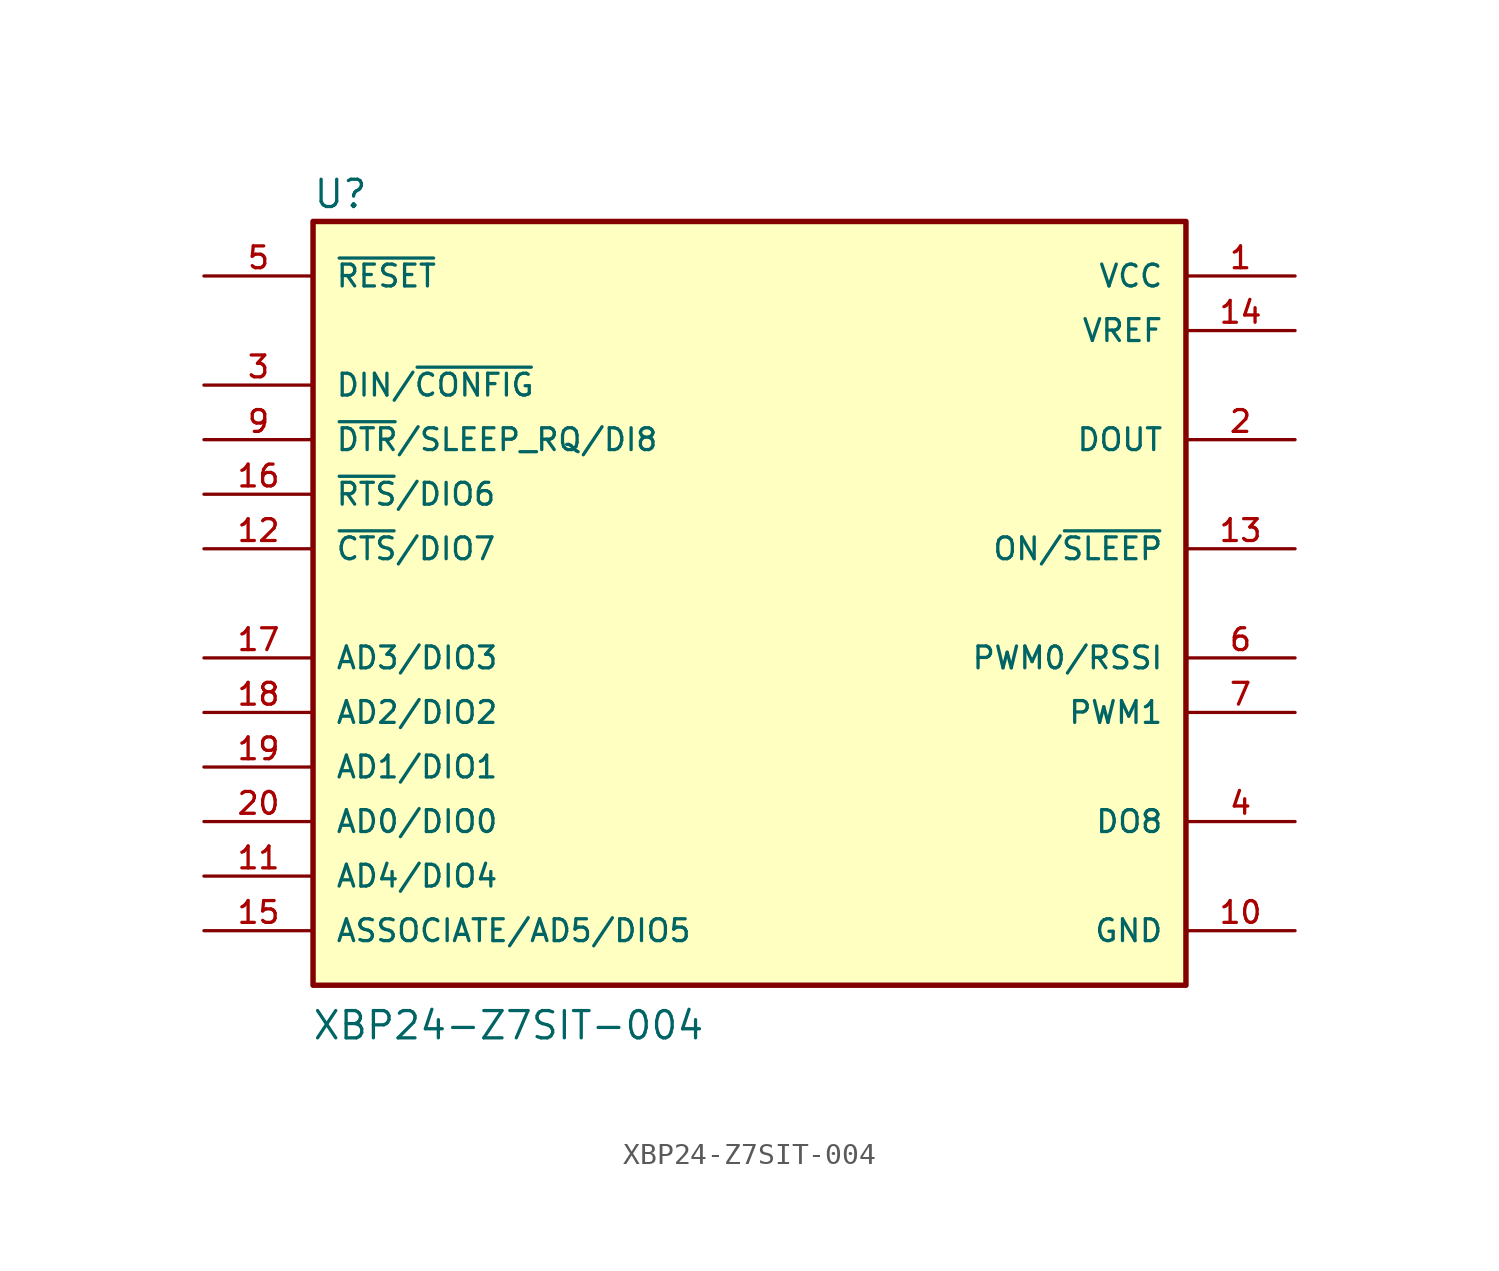
<source format=kicad_sym>
(kicad_symbol_lib
  (version 20211014)
  (generator kicad_symbol_editor)
  (symbol "XBP24-Z7SIT-004"
    (pin_names
      (offset 1.016))
    (property "Reference" "U"
      (at -20.347 18.312 0)
      (effects (font (size 1.27 1.27)) (justify bottom left)))
    (property "Value" "XBP24-Z7SIT-004"
      (at -20.392 -20.392 0)
      (effects (font (size 1.27 1.27)) (justify bottom left)))
    (symbol "XBP24-Z7SIT-004_0_0"
      (rectangle (start -20.32 -17.78) (end 20.32 17.78) (stroke (width 0.254)) (fill (type background)))
      (pin power_in line (at 25.4 15.24 180.0) (length 5.08) (name "VCC" (effects (font (size 1.016 1.016)))) (number "1" (effects (font (size 1.016 1.016)))))
      (pin power_in line (at 25.4 -15.24 180.0) (length 5.08) (name "GND" (effects (font (size 1.016 1.016)))) (number "10" (effects (font (size 1.016 1.016)))))
      (pin output line (at 25.4 7.62 180.0) (length 5.08) (name "DOUT" (effects (font (size 1.016 1.016)))) (number "2" (effects (font (size 1.016 1.016)))))
      (pin input line (at -25.4 10.16 0) (length 5.08) (name "DIN/~{CONFIG}" (effects (font (size 1.016 1.016)))) (number "3" (effects (font (size 1.016 1.016)))))
      (pin output line (at 25.4 -10.16 180.0) (length 5.08) (name "DO8" (effects (font (size 1.016 1.016)))) (number "4" (effects (font (size 1.016 1.016)))))
      (pin input line (at -25.4 15.24 0) (length 5.08) (name "~{RESET}" (effects (font (size 1.016 1.016)))) (number "5" (effects (font (size 1.016 1.016)))))
      (pin output line (at 25.4 -2.54 180.0) (length 5.08) (name "PWM0/RSSI" (effects (font (size 1.016 1.016)))) (number "6" (effects (font (size 1.016 1.016)))))
      (pin output line (at 25.4 -5.08 180.0) (length 5.08) (name "PWM1" (effects (font (size 1.016 1.016)))) (number "7" (effects (font (size 1.016 1.016)))))
      (pin bidirectional line (at -25.4 7.62 0) (length 5.08) (name "~{DTR}/SLEEP_RQ/DI8" (effects (font (size 1.016 1.016)))) (number "9" (effects (font (size 1.016 1.016)))))
      (pin bidirectional line (at -25.4 -12.7 0) (length 5.08) (name "AD4/DIO4" (effects (font (size 1.016 1.016)))) (number "11" (effects (font (size 1.016 1.016)))))
      (pin bidirectional line (at -25.4 2.54 0) (length 5.08) (name "~{CTS}/DIO7" (effects (font (size 1.016 1.016)))) (number "12" (effects (font (size 1.016 1.016)))))
      (pin output line (at 25.4 2.54 180.0) (length 5.08) (name "ON/~{SLEEP}" (effects (font (size 1.016 1.016)))) (number "13" (effects (font (size 1.016 1.016)))))
      (pin power_in line (at 25.4 12.7 180.0) (length 5.08) (name "VREF" (effects (font (size 1.016 1.016)))) (number "14" (effects (font (size 1.016 1.016)))))
      (pin bidirectional line (at -25.4 -15.24 0) (length 5.08) (name "ASSOCIATE/AD5/DIO5" (effects (font (size 1.016 1.016)))) (number "15" (effects (font (size 1.016 1.016)))))
      (pin bidirectional line (at -25.4 5.08 0) (length 5.08) (name "~{RTS}/DIO6" (effects (font (size 1.016 1.016)))) (number "16" (effects (font (size 1.016 1.016)))))
      (pin bidirectional line (at -25.4 -2.54 0) (length 5.08) (name "AD3/DIO3" (effects (font (size 1.016 1.016)))) (number "17" (effects (font (size 1.016 1.016)))))
      (pin bidirectional line (at -25.4 -5.08 0) (length 5.08) (name "AD2/DIO2" (effects (font (size 1.016 1.016)))) (number "18" (effects (font (size 1.016 1.016)))))
      (pin bidirectional line (at -25.4 -7.62 0) (length 5.08) (name "AD1/DIO1" (effects (font (size 1.016 1.016)))) (number "19" (effects (font (size 1.016 1.016)))))
      (pin bidirectional line (at -25.4 -10.16 0) (length 5.08) (name "AD0/DIO0" (effects (font (size 1.016 1.016)))) (number "20" (effects (font (size 1.016 1.016))))))))
</source>
